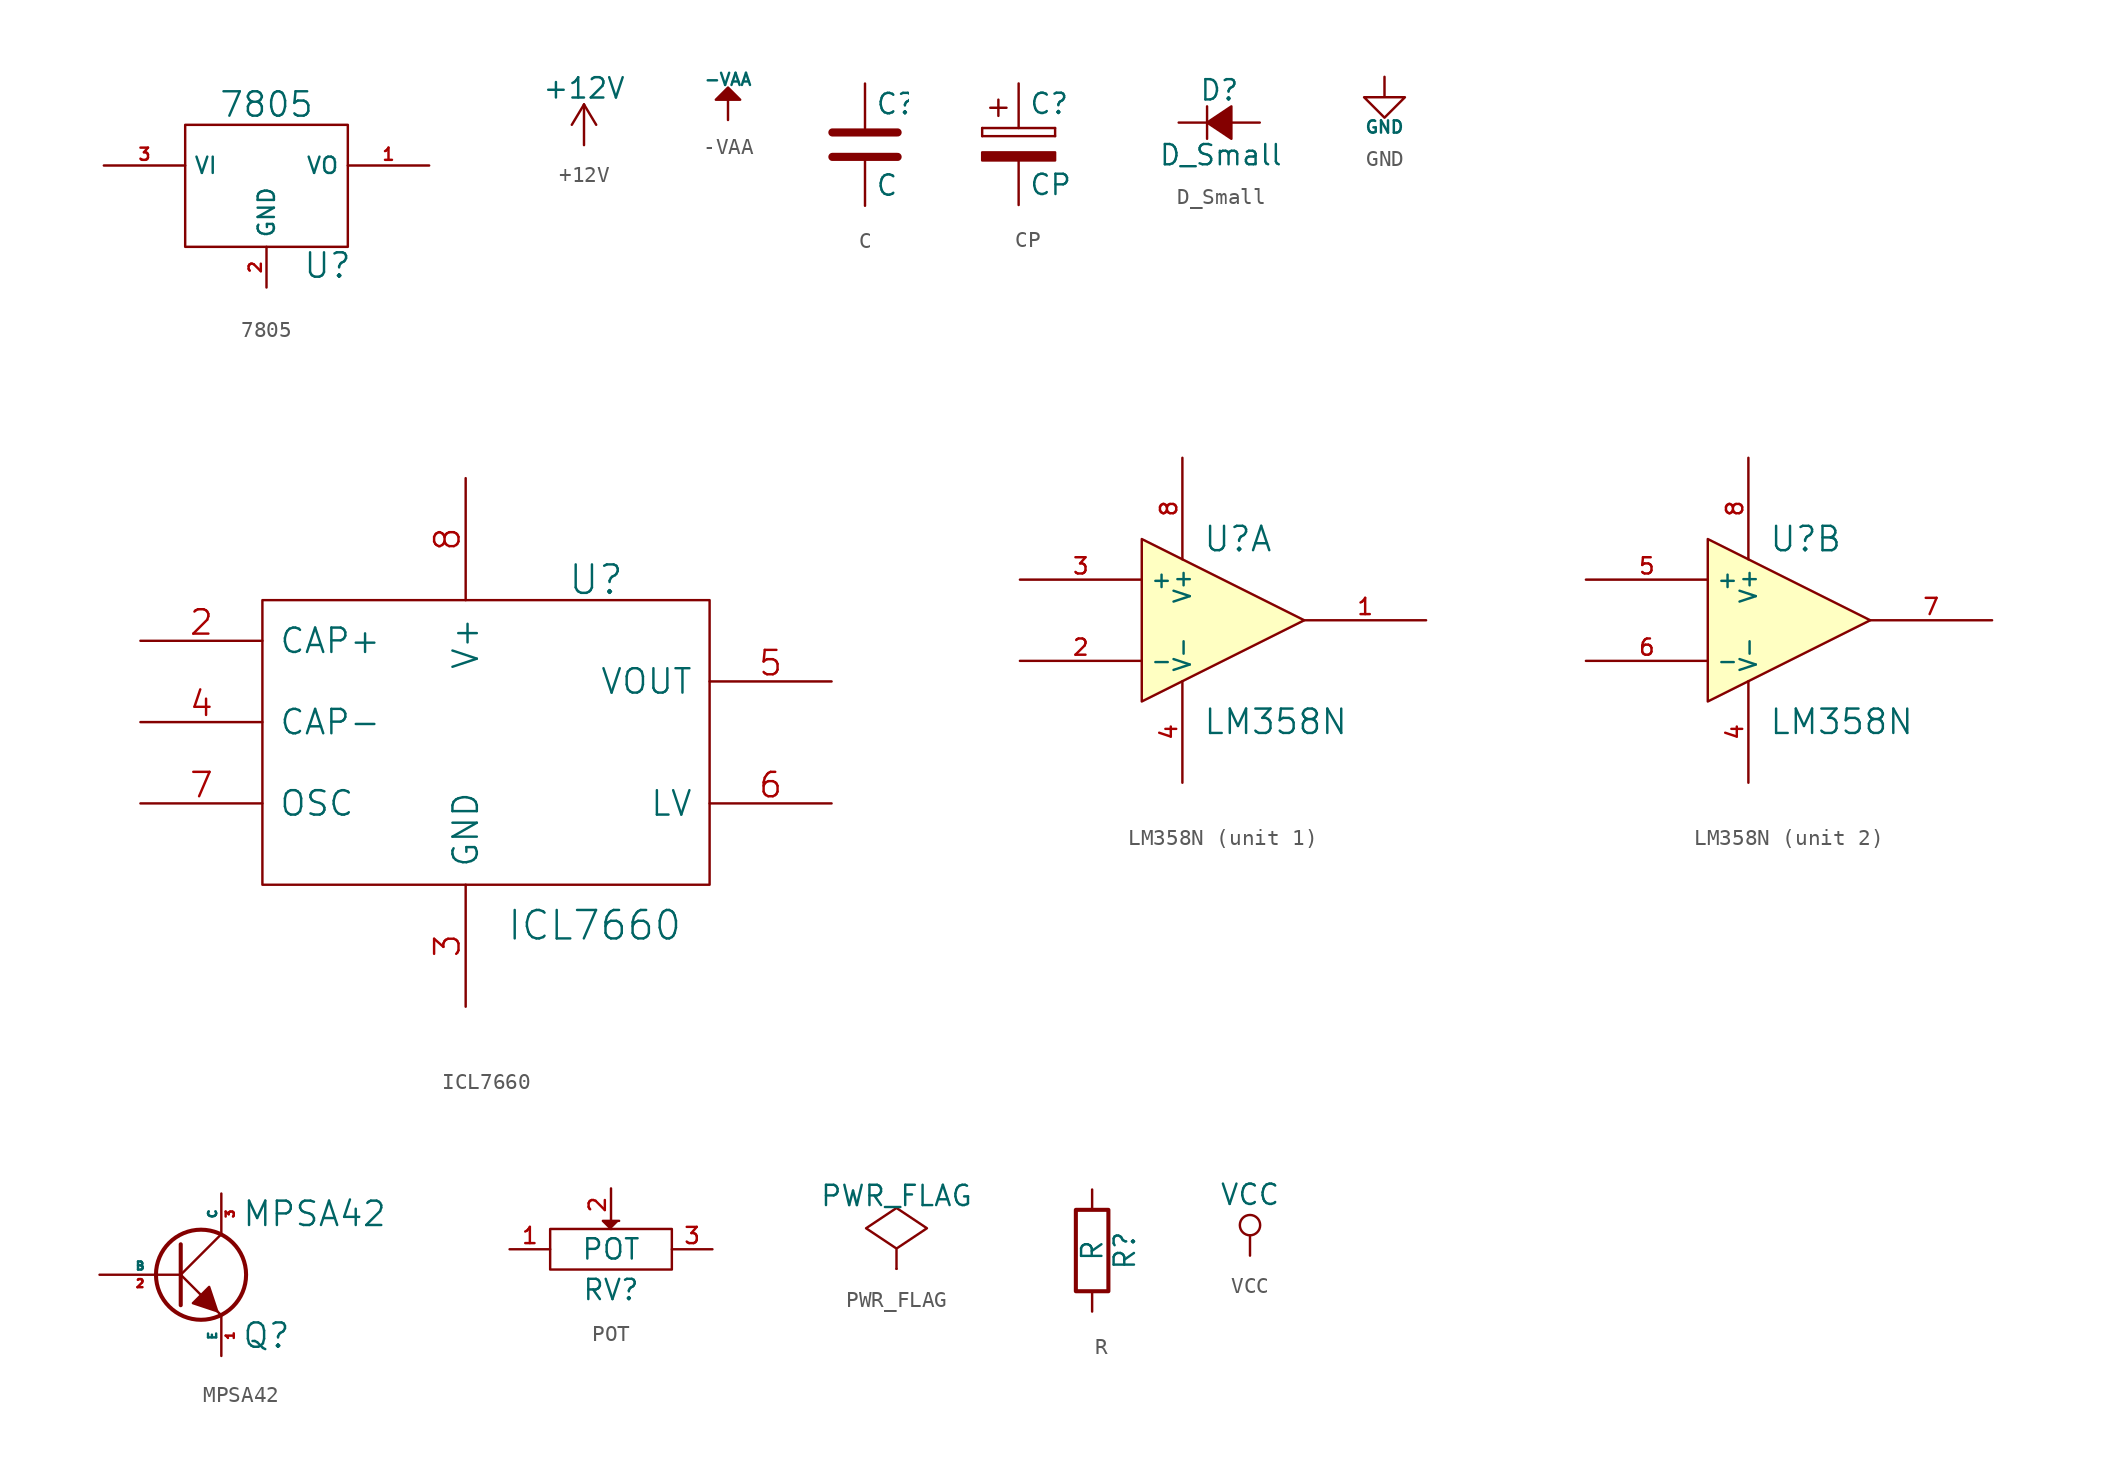
<source format=kicad_sym>
(kicad_symbol_lib
  (version 20241209)
  (generator "kicad_symbol_editor")
  (generator_version "9.0")
  (symbol "7805"
    (property "Reference" "U"
      (at 3.81 -4.978 0)
      (effects (font (size 1.524 1.524))))
    (property "Value" "7805"
      (at 0 5.08 0)
      (effects (font (size 1.524 1.524))))
    (property "Footprint" ""
      (at 0 0 0)
      (effects (font (size 1.524 1.524))))
    (property "Datasheet" ""
      (at 0 0 0)
      (effects (font (size 1.524 1.524))))
    (symbol "7805_0_1"
      (rectangle (start -5.08 -3.81) (end 5.08 3.81) (stroke (width 0) (type default)) (fill (type none))))
    (symbol "7805_1_1"
      (pin input line (at -10.16 1.27 0) (length 5.08) (name "VI" (effects (font (size 1.016 1.016)))) (number "3" (effects (font (size 0.762 0.762)))))
      (pin input line (at 0 -6.35 90) (length 2.54) (name "GND" (effects (font (size 1.016 1.016)))) (number "2" (effects (font (size 0.762 0.762)))))
      (pin power_out line (at 10.16 1.27 180) (length 5.08) (name "VO" (effects (font (size 1.016 1.016)))) (number "1" (effects (font (size 0.762 0.762)))))))
  (symbol "+12V"
    (power)
    (pin_names
      (offset 0))
    (property "Reference" "#PWR"
      (at 0 -3.81 0)
      (effects (font (size 1.27 1.27)) (hide yes)))
    (property "Value" "+12V"
      (at 0 3.556 0)
      (effects (font (size 1.27 1.27))))
    (property "Footprint" ""
      (at 0 0 0)
      (effects (font (size 1.524 1.524))))
    (property "Datasheet" ""
      (at 0 0 0)
      (effects (font (size 1.524 1.524))))
    (symbol "+12V_0_1"
      (polyline (pts (xy -0.762 1.27) (xy 0 2.54)) (stroke (width 0) (type default)) (fill (type none)))
      (polyline (pts (xy 0 2.54) (xy 0.762 1.27)) (stroke (width 0) (type default)) (fill (type none)))
      (polyline (pts (xy 0 0) (xy 0 2.54)) (stroke (width 0) (type default)) (fill (type none))))
    (symbol "+12V_1_1"
      (pin power_in line (at 0 0 90) (length 0) (hide yes) (name "+12V" (effects (font (size 1.27 1.27)))) (number "1" (effects (font (size 1.27 1.27)))))))
  (symbol "-VAA"
    (power)
    (pin_names
      (offset 0))
    (property "Reference" "#PWR"
      (at 0 2.54 0)
      (effects (font (size 0.508 0.508)) (hide yes)))
    (property "Value" "-VAA"
      (at 0 2.54 0)
      (effects (font (size 0.762 0.762))))
    (property "Footprint" ""
      (at 0 0 0)
      (effects (font (size 1.524 1.524))))
    (property "Datasheet" ""
      (at 0 0 0)
      (effects (font (size 1.524 1.524))))
    (symbol "-VAA_0_0"
      (pin power_in line (at 0 0 90) (length 0) (hide yes) (name "-VAA" (effects (font (size 0.508 0.508)))) (number "1" (effects (font (size 0.508 0.508))))))
    (symbol "-VAA_0_1"
      (polyline (pts (xy 0 2.032) (xy 0.762 1.27) (xy -0.508 1.27) (xy -0.762 1.27) (xy 0 2.032) (xy 0 2.032) (xy 0 2.032)) (stroke (width 0) (type default)) (fill (type outline)))
      (polyline (pts (xy 0 0) (xy 0 1.27) (xy 0 1.27)) (stroke (width 0) (type default)) (fill (type none)))))
  (symbol "C"
    (pin_numbers
      (hide yes))
    (pin_names
      (offset 0.254))
    (property "Reference" "C"
      (at 0.635 2.54 0)
      (effects (font (size 1.27 1.27)) (justify left)))
    (property "Value" "C"
      (at 0.635 -2.54 0)
      (effects (font (size 1.27 1.27)) (justify left)))
    (property "Footprint" ""
      (at 0.965 -3.81 0)
      (effects (font (size 0.762 0.762))))
    (property "Datasheet" ""
      (at 0 0 0)
      (effects (font (size 1.524 1.524))))
    (symbol "C_0_1"
      (polyline (pts (xy -2.032 0.762) (xy 2.032 0.762)) (stroke (width 0.508) (type default)) (fill (type none)))
      (polyline (pts (xy -2.032 -0.762) (xy 2.032 -0.762)) (stroke (width 0.508) (type default)) (fill (type none))))
    (symbol "C_1_1"
      (pin passive line (at 0 3.81 270) (length 2.794) (name "~" (effects (font (size 1.016 1.016)))) (number "1" (effects (font (size 1.016 1.016)))))
      (pin passive line (at 0 -3.81 90) (length 2.794) (name "~" (effects (font (size 1.016 1.016)))) (number "2" (effects (font (size 1.016 1.016)))))))
  (symbol "CP"
    (pin_numbers
      (hide yes))
    (pin_names
      (offset 0.254))
    (property "Reference" "C"
      (at 0.635 2.54 0)
      (effects (font (size 1.27 1.27)) (justify left)))
    (property "Value" "CP"
      (at 0.635 -2.54 0)
      (effects (font (size 1.27 1.27)) (justify left)))
    (property "Footprint" ""
      (at 0.965 -3.81 0)
      (effects (font (size 0.762 0.762))))
    (property "Datasheet" ""
      (at 0 0 0)
      (effects (font (size 1.524 1.524))))
    (symbol "CP_0_1"
      (rectangle (start -2.286 0.508) (end -2.286 1.016) (stroke (width 0) (type default)) (fill (type none)))
      (rectangle (start -2.286 0.508) (end 2.286 0.508) (stroke (width 0) (type default)) (fill (type none)))
      (rectangle (start -1.778 2.286) (end -0.762 2.286) (stroke (width 0) (type default)) (fill (type none)))
      (rectangle (start -1.27 1.778) (end -1.27 2.794) (stroke (width 0) (type default)) (fill (type none)))
      (rectangle (start 2.286 1.016) (end -2.286 1.016) (stroke (width 0) (type default)) (fill (type none)))
      (rectangle (start 2.286 1.016) (end 2.286 0.508) (stroke (width 0) (type default)) (fill (type none)))
      (rectangle (start 2.286 -0.508) (end -2.286 -1.016) (stroke (width 0) (type default)) (fill (type outline))))
    (symbol "CP_1_1"
      (pin passive line (at 0 3.81 270) (length 2.794) (name "~" (effects (font (size 1.016 1.016)))) (number "1" (effects (font (size 1.016 1.016)))))
      (pin passive line (at 0 -3.81 90) (length 2.794) (name "~" (effects (font (size 1.016 1.016)))) (number "2" (effects (font (size 1.016 1.016)))))))
  (symbol "D_Small"
    (pin_numbers
      (hide yes))
    (pin_names
      (offset 0.254)
      (hide yes))
    (property "Reference" "D"
      (at -1.27 2.032 0)
      (effects (font (size 1.27 1.27)) (justify left)))
    (property "Value" "D_Small"
      (at -3.81 -2.032 0)
      (effects (font (size 1.27 1.27)) (justify left)))
    (property "Footprint" ""
      (at 0 0 90)
      (effects (font (size 1.524 1.524))))
    (property "Datasheet" ""
      (at 0 0 90)
      (effects (font (size 1.524 1.524))))
    (symbol "D_Small_0_1"
      (polyline (pts (xy -0.762 -1.016) (xy -0.762 1.016)) (stroke (width 0) (type default)) (fill (type none)))
      (polyline (pts (xy 0.762 -1.016) (xy -0.762 0) (xy 0.762 1.016) (xy 0.762 -1.016)) (stroke (width 0) (type default)) (fill (type outline))))
    (symbol "D_Small_1_1"
      (pin passive line (at -2.54 0 0) (length 1.778) (name "K" (effects (font (size 1.27 1.27)))) (number "1" (effects (font (size 1.27 1.27)))))
      (pin passive line (at 2.54 0 180) (length 1.778) (name "A" (effects (font (size 1.27 1.27)))) (number "2" (effects (font (size 1.27 1.27)))))))
  (symbol "GND"
    (power)
    (pin_names
      (offset 0))
    (property "Reference" "#PWR"
      (at 0 -3.81 0)
      (effects (font (size 1.27 1.27)) (hide yes)))
    (property "Value" "GND"
      (at 0 -3.124 0)
      (effects (font (size 0.762 0.762))))
    (property "Footprint" ""
      (at 0 0 0)
      (effects (font (size 1.524 1.524))))
    (property "Datasheet" ""
      (at 0 0 0)
      (effects (font (size 1.524 1.524))))
    (symbol "GND_0_1"
      (polyline (pts (xy 0 0) (xy 0 -1.27) (xy 1.27 -1.27) (xy 0 -2.54) (xy -1.27 -1.27) (xy 0 -1.27)) (stroke (width 0) (type default)) (fill (type none))))
    (symbol "GND_1_1"
      (pin power_in line (at 0 0 270) (length 0) (hide yes) (name "GND" (effects (font (size 0.762 0.762)))) (number "1" (effects (font (size 0.508 0.508)))))))
  (symbol "ICL7660"
    (pin_names
      (offset 1.016))
    (property "Reference" "U"
      (at 5.08 10.16 0)
      (effects (font (size 1.778 1.778)) (justify left)))
    (property "Value" "ICL7660"
      (at 1.27 -11.43 0)
      (effects (font (size 1.778 1.778)) (justify left)))
    (property "Footprint" ""
      (at 0 0 0)
      (effects (font (size 1.524 1.524))))
    (property "Datasheet" ""
      (at 0 0 0)
      (effects (font (size 1.524 1.524))))
    (symbol "ICL7660_0_1"
      (rectangle (start -13.97 -8.89) (end 13.97 8.89) (stroke (width 0) (type default)) (fill (type none))))
    (symbol "ICL7660_1_1"
      (pin input line (at -21.59 6.35 0) (length 7.62) (name "CAP+" (effects (font (size 1.524 1.524)))) (number "2" (effects (font (size 1.524 1.524)))))
      (pin input line (at -21.59 1.27 0) (length 7.62) (name "CAP-" (effects (font (size 1.524 1.524)))) (number "4" (effects (font (size 1.524 1.524)))))
      (pin input line (at -21.59 -3.81 0) (length 7.62) (name "OSC" (effects (font (size 1.524 1.524)))) (number "7" (effects (font (size 1.524 1.524)))))
      (pin power_in line (at -1.27 16.51 270) (length 7.62) (name "V+" (effects (font (size 1.524 1.524)))) (number "8" (effects (font (size 1.524 1.524)))))
      (pin power_in line (at -1.27 -16.51 90) (length 7.62) (name "GND" (effects (font (size 1.524 1.524)))) (number "3" (effects (font (size 1.524 1.524)))))
      (pin power_out line (at 21.59 3.81 180) (length 7.62) (name "VOUT" (effects (font (size 1.524 1.524)))) (number "5" (effects (font (size 1.524 1.524)))))
      (pin input line (at 21.59 -3.81 180) (length 7.62) (name "LV" (effects (font (size 1.524 1.524)))) (number "6" (effects (font (size 1.524 1.524)))))))
  (symbol "LM358N"
    (property "Reference" "U"
      (at -1.27 5.08 0)
      (effects (font (size 1.524 1.524)) (justify left)))
    (property "Value" "LM358N"
      (at -1.27 -6.35 0)
      (effects (font (size 1.524 1.524)) (justify left)))
    (property "Footprint" ""
      (at 0 0 0)
      (effects (font (size 1.524 1.524))))
    (property "Datasheet" ""
      (at 0 0 0)
      (effects (font (size 1.524 1.524))))
    (symbol "LM358N_0_1"
      (polyline (pts (xy -5.08 5.08) (xy 5.08 0) (xy -5.08 -5.08) (xy -5.08 5.08)) (stroke (width 0.152) (type default)) (fill (type background)))
      (pin power_in line (at -2.54 10.16 270) (length 6.35) (name "V+" (effects (font (size 1.016 1.016)))) (number "8" (effects (font (size 1.016 1.016)))))
      (pin power_in line (at -2.54 -10.16 90) (length 6.35) (name "V-" (effects (font (size 1.016 1.016)))) (number "4" (effects (font (size 1.016 1.016))))))
    (symbol "LM358N_1_1"
      (pin input line (at -12.7 2.54 0) (length 7.62) (name "+" (effects (font (size 1.016 1.016)))) (number "3" (effects (font (size 1.016 1.016)))))
      (pin input line (at -12.7 -2.54 0) (length 7.62) (name "-" (effects (font (size 1.016 1.016)))) (number "2" (effects (font (size 1.016 1.016)))))
      (pin output line (at 12.7 0 180) (length 7.62) (name "~" (effects (font (size 1.016 1.016)))) (number "1" (effects (font (size 1.016 1.016))))))
    (symbol "LM358N_2_1"
      (pin input line (at -12.7 2.54 0) (length 7.62) (name "+" (effects (font (size 1.016 1.016)))) (number "5" (effects (font (size 1.016 1.016)))))
      (pin input line (at -12.7 -2.54 0) (length 7.62) (name "-" (effects (font (size 1.016 1.016)))) (number "6" (effects (font (size 1.016 1.016)))))
      (pin output line (at 12.7 0 180) (length 7.62) (name "~" (effects (font (size 1.016 1.016)))) (number "7" (effects (font (size 1.016 1.016)))))))
  (symbol "MPSA42"
    (pin_names
      (offset 0))
    (property "Reference" "Q"
      (at 3.81 -3.81 0)
      (effects (font (size 1.524 1.524)) (justify left)))
    (property "Value" "MPSA42"
      (at 3.81 3.81 0)
      (effects (font (size 1.524 1.524)) (justify left)))
    (property "Datasheet" ""
      (at 0 0 0)
      (effects (font (size 1.524 1.524))))
    (symbol "MPSA42_0_1"
      (polyline (pts (xy 0 1.905) (xy 0 -1.905) (xy 0 -1.905)) (stroke (width 0.254) (type default)) (fill (type none)))
      (polyline (pts (xy 0 0) (xy 2.54 2.54)) (stroke (width 0) (type default)) (fill (type none)))
      (circle (center 1.27 0) (radius 2.819) (stroke (width 0.254) (type default)) (fill (type none)))
      (polyline (pts (xy 1.27 -1.27) (xy 0 0) (xy 0 0)) (stroke (width 0) (type default)) (fill (type none)))
      (polyline (pts (xy 2.286 -2.286) (xy 2.54 -2.54) (xy 2.54 -2.54)) (stroke (width 0) (type default)) (fill (type none)))
      (polyline (pts (xy 2.286 -2.286) (xy 1.778 -0.762) (xy 0.762 -1.778) (xy 2.286 -2.286) (xy 2.286 -2.286)) (stroke (width 0) (type default)) (fill (type outline))))
    (symbol "MPSA42_1_1"
      (pin input line (at -5.08 0 0) (length 5.08) (name "B" (effects (font (size 0.508 0.508)))) (number "2" (effects (font (size 0.508 0.508)))))
      (pin passive line (at 2.54 5.08 270) (length 2.54) (name "C" (effects (font (size 0.508 0.508)))) (number "3" (effects (font (size 0.508 0.508)))))
      (pin passive line (at 2.54 -5.08 90) (length 2.54) (name "E" (effects (font (size 0.508 0.508)))) (number "1" (effects (font (size 0.508 0.508)))))))
  (symbol "POT"
    (pin_names
      (offset 1.016)
      (hide yes))
    (property "Reference" "RV"
      (at 0 -2.54 0)
      (effects (font (size 1.27 1.27))))
    (property "Value" "POT"
      (at 0 0 0)
      (effects (font (size 1.27 1.27))))
    (property "Footprint" ""
      (at 0 0 0)
      (effects (font (size 1.524 1.524))))
    (property "Datasheet" ""
      (at 0 0 0)
      (effects (font (size 1.524 1.524))))
    (symbol "POT_0_1"
      (rectangle (start -3.81 1.27) (end 3.81 -1.27) (stroke (width 0) (type default)) (fill (type none)))
      (polyline (pts (xy 0 1.27) (xy -0.508 1.778) (xy 0.508 1.778)) (stroke (width 0) (type default)) (fill (type outline))))
    (symbol "POT_1_1"
      (pin passive line (at -6.35 0 0) (length 2.54) (name "1" (effects (font (size 1.016 1.016)))) (number "1" (effects (font (size 1.016 1.016)))))
      (pin passive line (at 0 3.81 270) (length 2.032) (name "2" (effects (font (size 1.016 1.016)))) (number "2" (effects (font (size 1.016 1.016)))))
      (pin passive line (at 6.35 0 180) (length 2.54) (name "3" (effects (font (size 1.016 1.016)))) (number "3" (effects (font (size 1.016 1.016)))))))
  (symbol "PWR_FLAG"
    (power)
    (pin_numbers
      (hide yes))
    (pin_names
      (offset 0)
      (hide yes))
    (property "Reference" "#FLG"
      (at 0 2.413 0)
      (effects (font (size 1.27 1.27)) (hide yes)))
    (property "Value" "PWR_FLAG"
      (at 0 4.572 0)
      (effects (font (size 1.27 1.27))))
    (property "Footprint" ""
      (at 0 0 0)
      (effects (font (size 1.524 1.524))))
    (property "Datasheet" ""
      (at 0 0 0)
      (effects (font (size 1.524 1.524))))
    (symbol "PWR_FLAG_0_0"
      (pin power_out line (at 0 0 90) (length 0) (name "pwr" (effects (font (size 0.508 0.508)))) (number "1" (effects (font (size 0.508 0.508))))))
    (symbol "PWR_FLAG_0_1"
      (polyline (pts (xy 0 0) (xy 0 1.27) (xy -1.905 2.54) (xy 0 3.81) (xy 1.905 2.54) (xy 0 1.27)) (stroke (width 0) (type default)) (fill (type none)))))
  (symbol "R"
    (pin_numbers
      (hide yes))
    (pin_names
      (offset 0))
    (property "Reference" "R"
      (at 2.032 0 90)
      (effects (font (size 1.27 1.27))))
    (property "Value" "R"
      (at 0 0 90)
      (effects (font (size 1.27 1.27))))
    (property "Footprint" ""
      (at -1.778 0 90)
      (effects (font (size 0.762 0.762))))
    (property "Datasheet" ""
      (at 0 0 0)
      (effects (font (size 0.762 0.762))))
    (symbol "R_0_1"
      (rectangle (start -1.016 -2.54) (end 1.016 2.54) (stroke (width 0.254) (type default)) (fill (type none))))
    (symbol "R_1_1"
      (pin passive line (at 0 3.81 270) (length 1.27) (name "~" (effects (font (size 1.524 1.524)))) (number "1" (effects (font (size 1.524 1.524)))))
      (pin passive line (at 0 -3.81 90) (length 1.27) (name "~" (effects (font (size 1.524 1.524)))) (number "2" (effects (font (size 1.524 1.524)))))))
  (symbol "VCC"
    (power)
    (pin_names
      (offset 0))
    (property "Reference" "#PWR"
      (at 0 -3.81 0)
      (effects (font (size 1.27 1.27)) (hide yes)))
    (property "Value" "VCC"
      (at 0 3.81 0)
      (effects (font (size 1.27 1.27))))
    (property "Footprint" ""
      (at 0 0 0)
      (effects (font (size 1.524 1.524))))
    (property "Datasheet" ""
      (at 0 0 0)
      (effects (font (size 1.524 1.524))))
    (symbol "VCC_0_1"
      (circle (center 0 1.905) (radius 0.635) (stroke (width 0) (type default)) (fill (type none)))
      (polyline (pts (xy 0 0) (xy 0 1.27)) (stroke (width 0) (type default)) (fill (type none))))
    (symbol "VCC_1_1"
      (pin power_in line (at 0 0 90) (length 0) (hide yes) (name "VCC" (effects (font (size 1.27 1.27)))) (number "1" (effects (font (size 1.27 1.27))))))))
</source>
